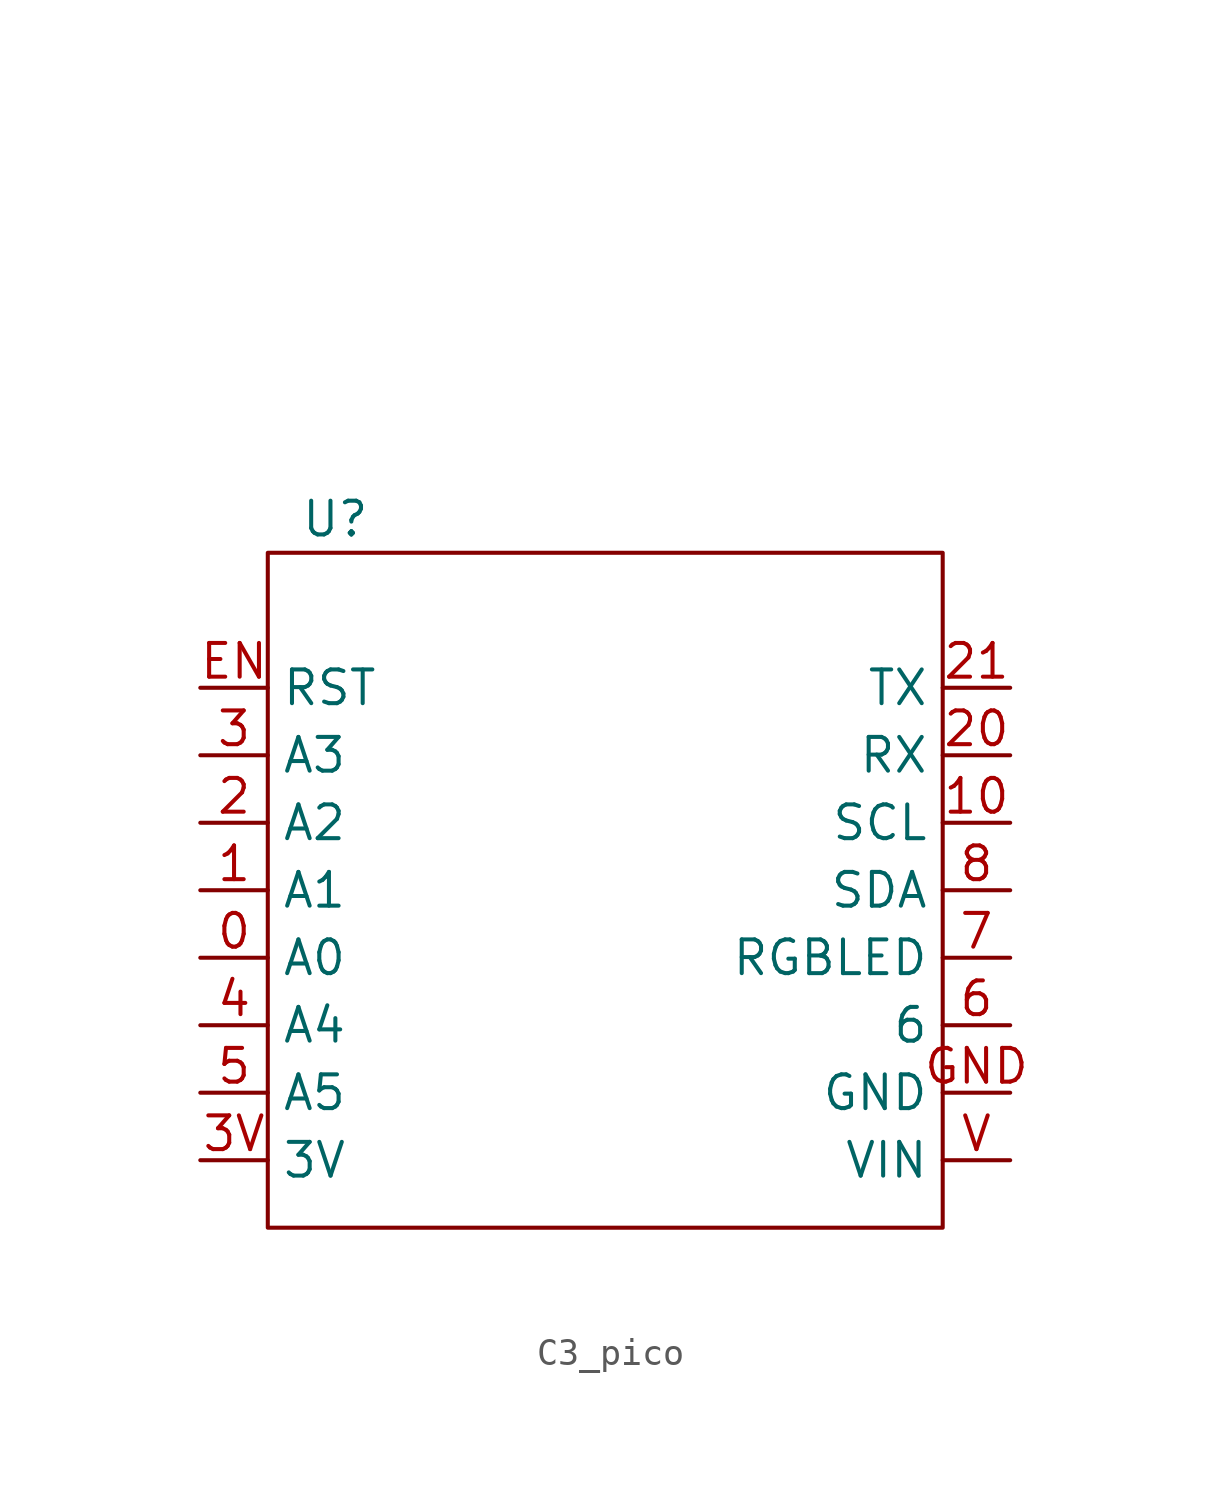
<source format=kicad_sym>
(kicad_symbol_lib
  (version 20220914)
  (generator kicad_symbol_editor)
  (symbol "C3_pico"
    (property "Reference" "U"
      (at -10.16 13.97 0)
      (effects (font (size 1.27 1.27))))
    (property "Value" ""
      (at 0 25.4 0)
      (effects (font (size 1.27 1.27))))
    (symbol "C3_pico_0_0"
      (text "" (at -12.7 -2.54 0) (effects (font (size 1.27 1.27))))
      (text "" (at 12.7 0 0) (effects (font (size 1.27 1.27)))))
    (symbol "C3_pico_0_1"
      (rectangle (start -12.7 12.7) (end 12.7 -12.7) (stroke (width 0) (type default)) (fill (type none))))
    (symbol "C3_pico_1_1"
      (pin input line (at -15.24 -2.54 0) (length 2.54) (name "A0" (effects (font (size 1.27 1.27)))) (number "0" (effects (font (size 1.27 1.27)))))
      (pin input line (at -15.24 0 0) (length 2.54) (name "A1" (effects (font (size 1.27 1.27)))) (number "1" (effects (font (size 1.27 1.27)))))
      (pin input line (at 15.24 2.54 180) (length 2.54) (name "SCL" (effects (font (size 1.27 1.27)))) (number "10" (effects (font (size 1.27 1.27)))))
      (pin input line (at -15.24 2.54 0) (length 2.54) (name "A2" (effects (font (size 1.27 1.27)))) (number "2" (effects (font (size 1.27 1.27)))))
      (pin input line (at 15.24 5.08 180) (length 2.54) (name "RX" (effects (font (size 1.27 1.27)))) (number "20" (effects (font (size 1.27 1.27)))))
      (pin input line (at 15.24 7.62 180) (length 2.54) (name "TX" (effects (font (size 1.27 1.27)))) (number "21" (effects (font (size 1.27 1.27)))))
      (pin input line (at -15.24 5.08 0) (length 2.54) (name "A3" (effects (font (size 1.27 1.27)))) (number "3" (effects (font (size 1.27 1.27)))))
      (pin input line (at -15.24 -10.16 0) (length 2.54) (name "3V" (effects (font (size 1.27 1.27)))) (number "3V" (effects (font (size 1.27 1.27)))))
      (pin input line (at -15.24 -5.08 0) (length 2.54) (name "A4" (effects (font (size 1.27 1.27)))) (number "4" (effects (font (size 1.27 1.27)))))
      (pin input line (at -15.24 -7.62 0) (length 2.54) (name "A5" (effects (font (size 1.27 1.27)))) (number "5" (effects (font (size 1.27 1.27)))))
      (pin input line (at 15.24 -5.08 180) (length 2.54) (name "6" (effects (font (size 1.27 1.27)))) (number "6" (effects (font (size 1.27 1.27)))))
      (pin input line (at 15.24 -2.54 180) (length 2.54) (name "RGBLED" (effects (font (size 1.27 1.27)))) (number "7" (effects (font (size 1.27 1.27)))))
      (pin input line (at 15.24 0 180) (length 2.54) (name "SDA" (effects (font (size 1.27 1.27)))) (number "8" (effects (font (size 1.27 1.27)))))
      (pin input line (at -15.24 7.62 0) (length 2.54) (name "RST" (effects (font (size 1.27 1.27)))) (number "EN" (effects (font (size 1.27 1.27)))))
      (pin input line (at 15.24 -7.62 180) (length 2.54) (name "GND" (effects (font (size 1.27 1.27)))) (number "GND" (effects (font (size 1.27 1.27)))))
      (pin input line (at 15.24 -10.16 180) (length 2.54) (name "VIN" (effects (font (size 1.27 1.27)))) (number "V" (effects (font (size 1.27 1.27))))))))
</source>
